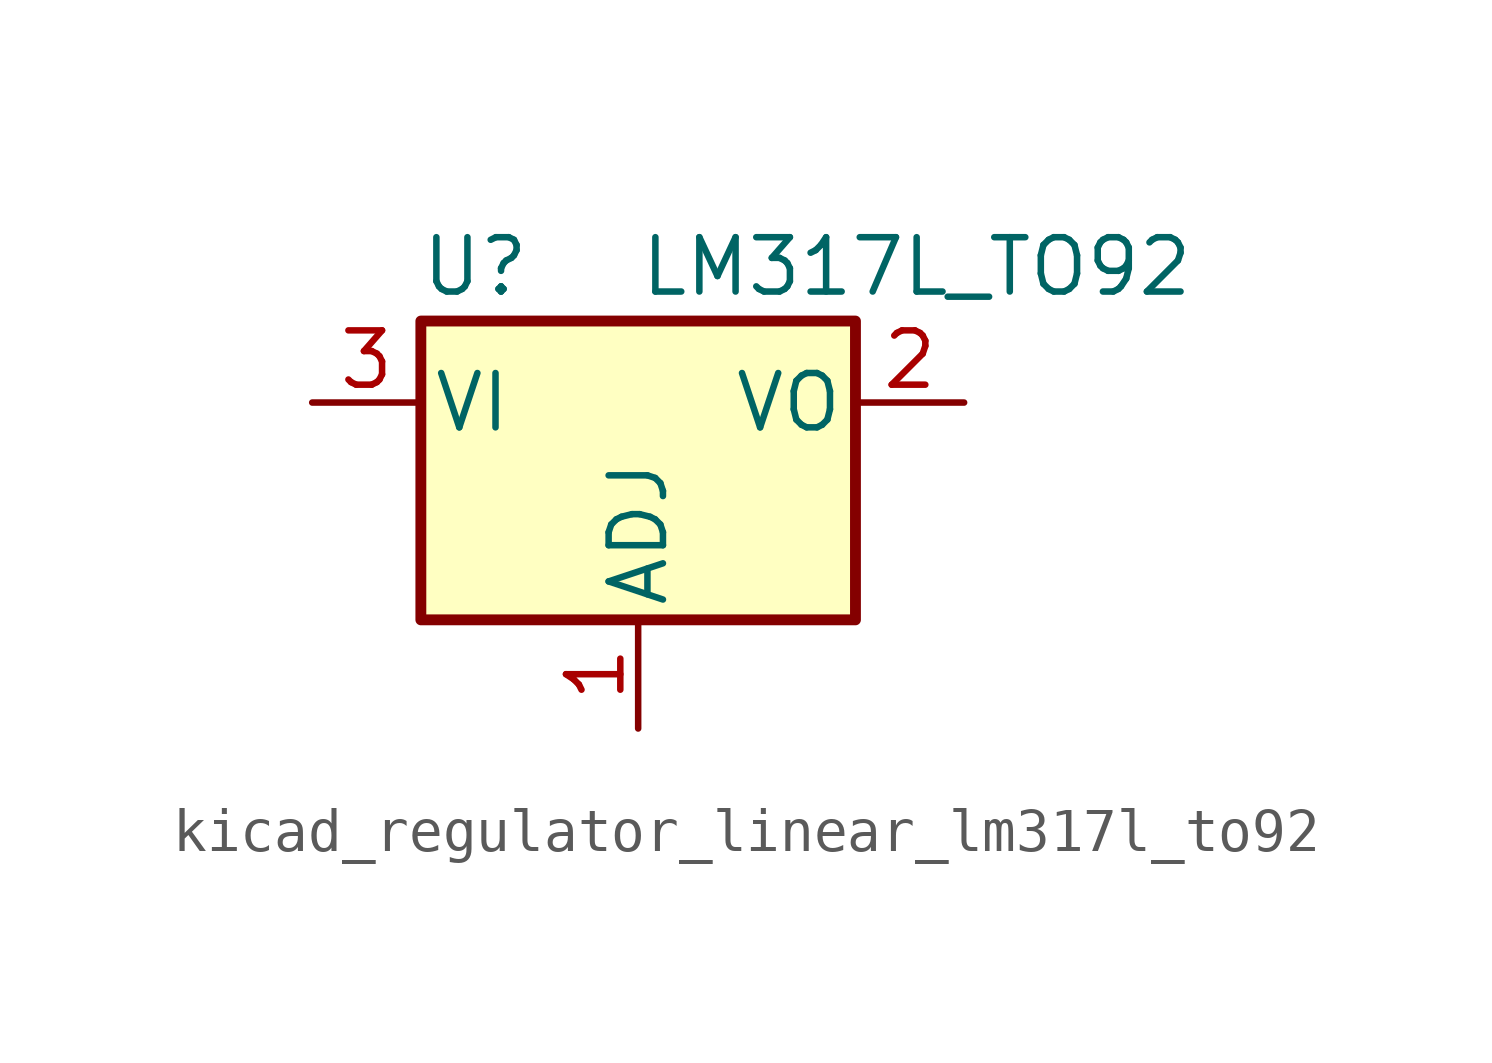
<source format=kicad_sym>
(kicad_symbol_lib
  (version 20220914)
  (generator kicad_symbol_editor)
  (symbol "kicad_regulator_linear_lm317l_to92"
    (pin_names
      (offset 0.254))
    (property "Reference" "U"
      (at -3.81 3.175 0)
      (effects (font (size 1.27 1.27))))
    (property "Value" "LM317L_TO92"
      (at 0 3.175 0)
      (effects (font (size 1.27 1.27)) (justify left)))
    (symbol "kicad_regulator_linear_lm317l_to92_0_1"
      (rectangle (start -5.08 1.905) (end 5.08 -5.08) (stroke (width 0.254) (type default)) (fill (type background))))
    (symbol "kicad_regulator_linear_lm317l_to92_1_1"
      (pin input line (at 0 -7.62 90) (length 2.54) (name "ADJ" (effects (font (size 1.27 1.27)))) (number "1" (effects (font (size 1.27 1.27)))))
      (pin power_out line (at 7.62 0 180) (length 2.54) (name "VO" (effects (font (size 1.27 1.27)))) (number "2" (effects (font (size 1.27 1.27)))))
      (pin power_in line (at -7.62 0 0) (length 2.54) (name "VI" (effects (font (size 1.27 1.27)))) (number "3" (effects (font (size 1.27 1.27))))))))
</source>
